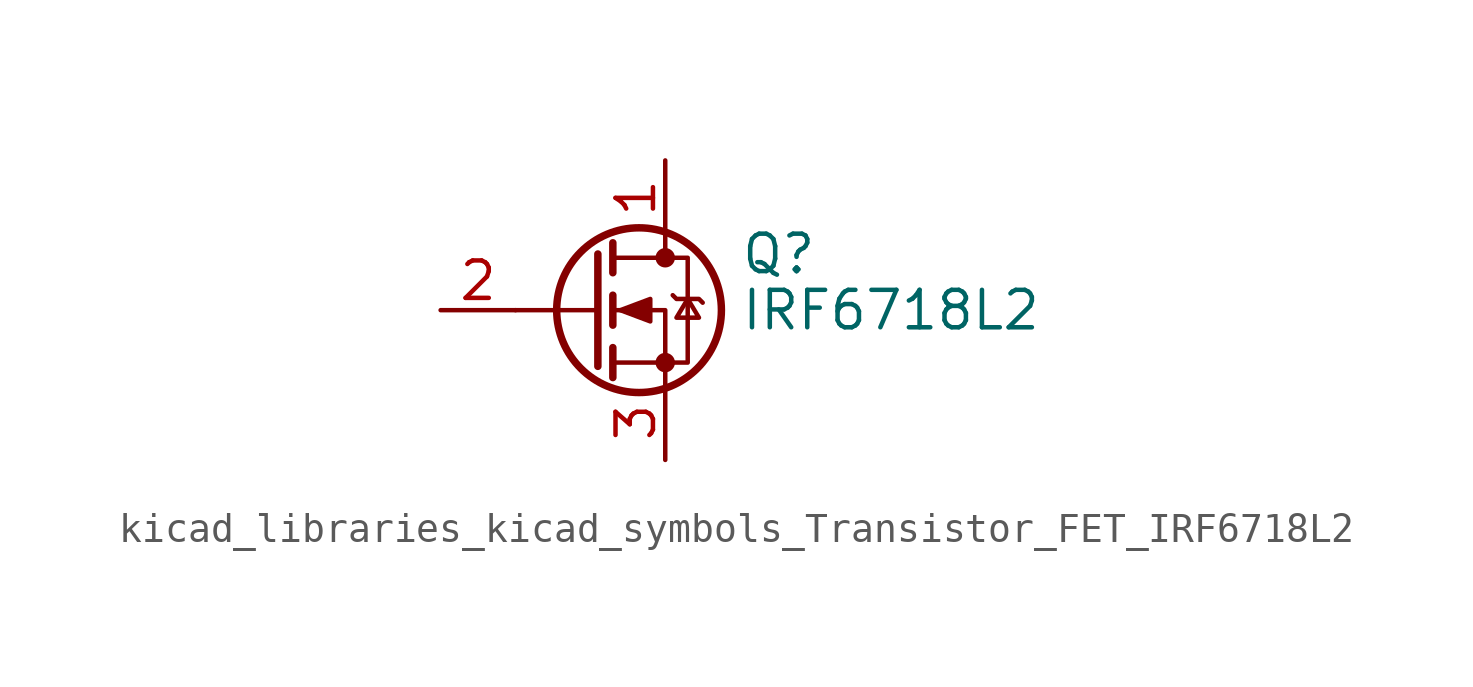
<source format=kicad_sym>
(kicad_symbol_lib
  (version 20220914)
  (generator kicad_symbol_editor)
  (symbol "kicad_libraries_kicad_symbols_Transistor_FET_IRF6718L2"
    (pin_names hide)
    (property "Reference" "Q"
      (at 5.08 1.905 0)
      (effects (font (size 1.27 1.27)) (justify left)))
    (property "Value" "IRF6718L2"
      (at 5.08 0 0)
      (effects (font (size 1.27 1.27)) (justify left)))
    (symbol "kicad_libraries_kicad_symbols_Transistor_FET_IRF6718L2_0_1"
      (polyline (pts (xy 0.254 0) (xy -2.54 0)) (stroke (width 0) (type default)) (fill (type none)))
      (polyline (pts (xy 0.254 1.905) (xy 0.254 -1.905)) (stroke (width 0.254) (type default)) (fill (type none)))
      (polyline (pts (xy 0.762 -1.27) (xy 0.762 -2.286)) (stroke (width 0.254) (type default)) (fill (type none)))
      (polyline (pts (xy 0.762 0.508) (xy 0.762 -0.508)) (stroke (width 0.254) (type default)) (fill (type none)))
      (polyline (pts (xy 0.762 2.286) (xy 0.762 1.27)) (stroke (width 0.254) (type default)) (fill (type none)))
      (polyline (pts (xy 2.54 2.54) (xy 2.54 1.778)) (stroke (width 0) (type default)) (fill (type none)))
      (polyline (pts (xy 2.54 -2.54) (xy 2.54 0) (xy 0.762 0)) (stroke (width 0) (type default)) (fill (type none)))
      (polyline (pts (xy 0.762 -1.778) (xy 3.302 -1.778) (xy 3.302 1.778) (xy 0.762 1.778)) (stroke (width 0) (type default)) (fill (type none)))
      (polyline (pts (xy 1.016 0) (xy 2.032 0.381) (xy 2.032 -0.381) (xy 1.016 0)) (stroke (width 0) (type default)) (fill (type outline)))
      (polyline (pts (xy 2.794 0.508) (xy 2.921 0.381) (xy 3.683 0.381) (xy 3.81 0.254)) (stroke (width 0) (type default)) (fill (type none)))
      (polyline (pts (xy 3.302 0.381) (xy 2.921 -0.254) (xy 3.683 -0.254) (xy 3.302 0.381)) (stroke (width 0) (type default)) (fill (type none)))
      (circle (center 1.651 0) (radius 2.794) (stroke (width 0.254) (type default)) (fill (type none)))
      (circle (center 2.54 -1.778) (radius 0.254) (stroke (width 0) (type default)) (fill (type outline)))
      (circle (center 2.54 1.778) (radius 0.254) (stroke (width 0) (type default)) (fill (type outline))))
    (symbol "kicad_libraries_kicad_symbols_Transistor_FET_IRF6718L2_1_1"
      (pin passive line (at 2.54 5.08 270) (length 2.54) (name "D" (effects (font (size 1.27 1.27)))) (number "1" (effects (font (size 1.27 1.27)))))
      (pin input line (at -5.08 0 0) (length 2.54) (name "G" (effects (font (size 1.27 1.27)))) (number "2" (effects (font (size 1.27 1.27)))))
      (pin passive line (at 2.54 -5.08 90) (length 2.54) (name "S" (effects (font (size 1.27 1.27)))) (number "3" (effects (font (size 1.27 1.27))))))))
</source>
